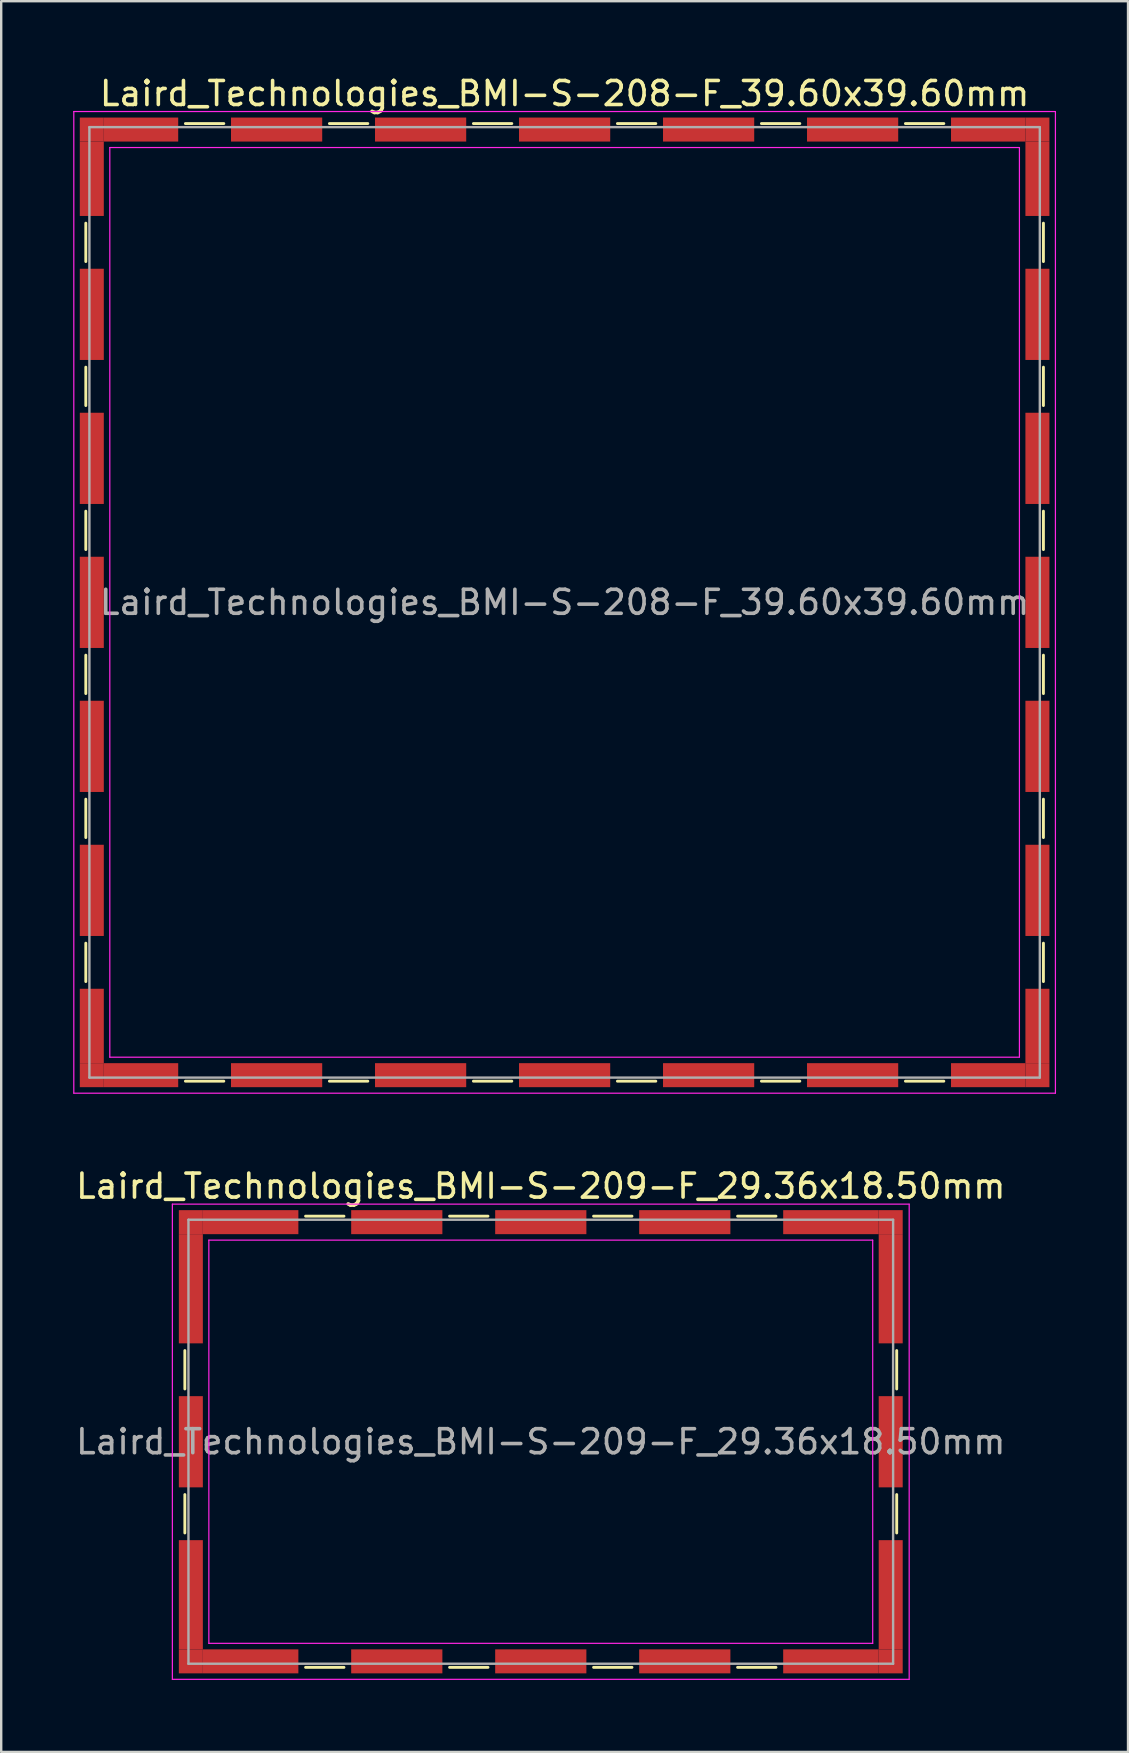
<source format=kicad_pcb>
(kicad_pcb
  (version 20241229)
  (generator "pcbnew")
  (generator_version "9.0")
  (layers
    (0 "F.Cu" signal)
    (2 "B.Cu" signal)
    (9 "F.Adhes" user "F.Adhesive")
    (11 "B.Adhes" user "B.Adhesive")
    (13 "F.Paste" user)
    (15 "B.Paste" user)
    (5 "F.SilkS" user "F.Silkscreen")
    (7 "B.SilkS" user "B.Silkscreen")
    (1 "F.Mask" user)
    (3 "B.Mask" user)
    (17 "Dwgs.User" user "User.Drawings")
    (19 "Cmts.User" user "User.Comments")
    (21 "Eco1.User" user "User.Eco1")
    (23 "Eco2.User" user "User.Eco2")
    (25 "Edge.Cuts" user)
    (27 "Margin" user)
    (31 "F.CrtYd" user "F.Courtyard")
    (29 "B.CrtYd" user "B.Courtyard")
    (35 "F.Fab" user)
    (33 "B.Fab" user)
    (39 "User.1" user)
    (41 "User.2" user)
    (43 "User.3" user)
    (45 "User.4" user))
  (footprint "Laird_Technologies_BMI-S-208-F_39.60x39.60mm"
    (layer "F.Cu")
    (at 20.475 22.048)
    (property "Reference" "Laird_Technologies_BMI-S-208-F_39.60x39.60mm" (at 0 -21.2 0) (layer "F.SilkS") (effects (font (size 1 1) (thickness 0.15))))
    (attr smd)
    (fp_line (start -19.95 -15.8) (end -19.95 -14.2) (stroke (width 0.12) (type solid)) (layer "F.SilkS"))
    (fp_line (start -19.95 -9.8) (end -19.95 -8.2) (stroke (width 0.12) (type solid)) (layer "F.SilkS"))
    (fp_line (start -19.95 -3.8) (end -19.95 -2.2) (stroke (width 0.12) (type solid)) (layer "F.SilkS"))
    (fp_line (start -19.95 2.2) (end -19.95 3.8) (stroke (width 0.12) (type solid)) (layer "F.SilkS"))
    (fp_line (start -19.95 8.2) (end -19.95 9.8) (stroke (width 0.12) (type solid)) (layer "F.SilkS"))
    (fp_line (start -19.95 14.2) (end -19.95 15.8) (stroke (width 0.12) (type solid)) (layer "F.SilkS"))
    (fp_line (start -15.8 -19.95) (end -14.2 -19.95) (stroke (width 0.12) (type solid)) (layer "F.SilkS"))
    (fp_line (start -15.8 19.95) (end -14.2 19.95) (stroke (width 0.12) (type solid)) (layer "F.SilkS"))
    (fp_line (start -9.8 -19.95) (end -8.2 -19.95) (stroke (width 0.12) (type solid)) (layer "F.SilkS"))
    (fp_line (start -9.8 19.95) (end -8.2 19.95) (stroke (width 0.12) (type solid)) (layer "F.SilkS"))
    (fp_line (start -3.8 -19.95) (end -2.2 -19.95) (stroke (width 0.12) (type solid)) (layer "F.SilkS"))
    (fp_line (start -3.8 19.95) (end -2.2 19.95) (stroke (width 0.12) (type solid)) (layer "F.SilkS"))
    (fp_line (start 2.2 -19.95) (end 3.8 -19.95) (stroke (width 0.12) (type solid)) (layer "F.SilkS"))
    (fp_line (start 2.2 19.95) (end 3.8 19.95) (stroke (width 0.12) (type solid)) (layer "F.SilkS"))
    (fp_line (start 8.2 -19.95) (end 9.8 -19.95) (stroke (width 0.12) (type solid)) (layer "F.SilkS"))
    (fp_line (start 8.2 19.95) (end 9.8 19.95) (stroke (width 0.12) (type solid)) (layer "F.SilkS"))
    (fp_line (start 14.2 -19.95) (end 15.8 -19.95) (stroke (width 0.12) (type solid)) (layer "F.SilkS"))
    (fp_line (start 14.2 19.95) (end 15.8 19.95) (stroke (width 0.12) (type solid)) (layer "F.SilkS"))
    (fp_line (start 19.95 -15.8) (end 19.95 -14.2) (stroke (width 0.12) (type solid)) (layer "F.SilkS"))
    (fp_line (start 19.95 -9.8) (end 19.95 -8.2) (stroke (width 0.12) (type solid)) (layer "F.SilkS"))
    (fp_line (start 19.95 -3.8) (end 19.95 -2.2) (stroke (width 0.12) (type solid)) (layer "F.SilkS"))
    (fp_line (start 19.95 2.2) (end 19.95 3.8) (stroke (width 0.12) (type solid)) (layer "F.SilkS"))
    (fp_line (start 19.95 8.2) (end 19.95 9.8) (stroke (width 0.12) (type solid)) (layer "F.SilkS"))
    (fp_line (start 19.95 14.2) (end 19.95 15.8) (stroke (width 0.12) (type solid)) (layer "F.SilkS"))
    (fp_line (start -20.45 -20.45) (end -20.45 20.45) (stroke (width 0.05) (type solid)) (layer "F.CrtYd"))
    (fp_line (start -20.45 20.45) (end 20.45 20.45) (stroke (width 0.05) (type solid)) (layer "F.CrtYd"))
    (fp_line (start -18.95 -18.95) (end -18.95 18.95) (stroke (width 0.05) (type solid)) (layer "F.CrtYd"))
    (fp_line (start 18.95 -18.95) (end -18.95 -18.95) (stroke (width 0.05) (type solid)) (layer "F.CrtYd"))
    (fp_line (start 18.95 -18.95) (end 18.95 18.95) (stroke (width 0.05) (type solid)) (layer "F.CrtYd"))
    (fp_line (start 18.95 18.95) (end -18.95 18.95) (stroke (width 0.05) (type solid)) (layer "F.CrtYd"))
    (fp_line (start 20.45 -20.45) (end -20.45 -20.45) (stroke (width 0.05) (type solid)) (layer "F.CrtYd"))
    (fp_line (start 20.45 20.45) (end 20.45 -20.45) (stroke (width 0.05) (type solid)) (layer "F.CrtYd"))
    (fp_line (start -19.8 -19.8) (end -19.8 19.8) (stroke (width 0.1) (type solid)) (layer "F.Fab"))
    (fp_line (start -19.8 19.8) (end 19.8 19.8) (stroke (width 0.1) (type solid)) (layer "F.Fab"))
    (fp_line (start 19.8 -19.8) (end -19.8 -19.8) (stroke (width 0.1) (type solid)) (layer "F.Fab"))
    (fp_line (start 19.8 19.8) (end 19.8 -19.8) (stroke (width 0.1) (type solid)) (layer "F.Fab"))
    (fp_text user "${REFERENCE}" (at 0 0 0) (layer "F.Fab") (effects (font (size 1 1) (thickness 0.15))))
    (pad "1" smd rect (at -19.7 -19.7) (size 1 1) (layers "F.Cu" "F.Mask" "F.Paste"))
    (pad "1" smd rect (at -19.7 -17.65) (size 1 3.1) (layers "F.Cu" "F.Mask" "F.Paste"))
    (pad "1" smd rect (at -19.7 -12) (size 1 3.8) (layers "F.Cu" "F.Mask" "F.Paste"))
    (pad "1" smd rect (at -19.7 -6) (size 1 3.8) (layers "F.Cu" "F.Mask" "F.Paste"))
    (pad "1" smd rect (at -19.7 0) (size 1 3.8) (layers "F.Cu" "F.Mask" "F.Paste"))
    (pad "1" smd rect (at -19.7 6) (size 1 3.8) (layers "F.Cu" "F.Mask" "F.Paste"))
    (pad "1" smd rect (at -19.7 12) (size 1 3.8) (layers "F.Cu" "F.Mask" "F.Paste"))
    (pad "1" smd rect (at -19.7 17.65) (size 1 3.1) (layers "F.Cu" "F.Mask" "F.Paste"))
    (pad "1" smd rect (at -19.7 19.7) (size 1 1) (layers "F.Cu" "F.Mask" "F.Paste"))
    (pad "1" smd rect (at -17.65 -19.7) (size 3.1 1) (layers "F.Cu" "F.Mask" "F.Paste"))
    (pad "1" smd rect (at -17.65 19.7) (size 3.1 1) (layers "F.Cu" "F.Mask" "F.Paste"))
    (pad "1" smd rect (at -12 -19.7) (size 3.8 1) (layers "F.Cu" "F.Mask" "F.Paste"))
    (pad "1" smd rect (at -12 19.7) (size 3.8 1) (layers "F.Cu" "F.Mask" "F.Paste"))
    (pad "1" smd rect (at -6 -19.7) (size 3.8 1) (layers "F.Cu" "F.Mask" "F.Paste"))
    (pad "1" smd rect (at -6 19.7) (size 3.8 1) (layers "F.Cu" "F.Mask" "F.Paste"))
    (pad "1" smd rect (at 0 -19.7) (size 3.8 1) (layers "F.Cu" "F.Mask" "F.Paste"))
    (pad "1" smd rect (at 0 19.7) (size 3.8 1) (layers "F.Cu" "F.Mask" "F.Paste"))
    (pad "1" smd rect (at 6 -19.7) (size 3.8 1) (layers "F.Cu" "F.Mask" "F.Paste"))
    (pad "1" smd rect (at 6 19.7) (size 3.8 1) (layers "F.Cu" "F.Mask" "F.Paste"))
    (pad "1" smd rect (at 12 -19.7) (size 3.8 1) (layers "F.Cu" "F.Mask" "F.Paste"))
    (pad "1" smd rect (at 12 19.7) (size 3.8 1) (layers "F.Cu" "F.Mask" "F.Paste"))
    (pad "1" smd rect (at 17.65 -19.7) (size 3.1 1) (layers "F.Cu" "F.Mask" "F.Paste"))
    (pad "1" smd rect (at 17.65 19.7) (size 3.1 1) (layers "F.Cu" "F.Mask" "F.Paste"))
    (pad "1" smd rect (at 19.7 -19.7) (size 1 1) (layers "F.Cu" "F.Mask" "F.Paste"))
    (pad "1" smd rect (at 19.7 -17.65) (size 1 3.1) (layers "F.Cu" "F.Mask" "F.Paste"))
    (pad "1" smd rect (at 19.7 -12) (size 1 3.8) (layers "F.Cu" "F.Mask" "F.Paste"))
    (pad "1" smd rect (at 19.7 -6) (size 1 3.8) (layers "F.Cu" "F.Mask" "F.Paste"))
    (pad "1" smd rect (at 19.7 0) (size 1 3.8) (layers "F.Cu" "F.Mask" "F.Paste"))
    (pad "1" smd rect (at 19.7 6) (size 1 3.8) (layers "F.Cu" "F.Mask" "F.Paste"))
    (pad "1" smd rect (at 19.7 12) (size 1 3.8) (layers "F.Cu" "F.Mask" "F.Paste"))
    (pad "1" smd rect (at 19.7 17.65) (size 1 3.1) (layers "F.Cu" "F.Mask" "F.Paste"))
    (pad "1" smd rect (at 19.7 19.7) (size 1 1) (layers "F.Cu" "F.Mask" "F.Paste")))
  (footprint "Laird_Technologies_BMI-S-209-F_29.36x18.50mm"
    (layer "F.Cu")
    (at 19.482 57.022)
    (property "Reference" "Laird_Technologies_BMI-S-209-F_29.36x18.50mm" (at 0 -10.65 0) (layer "F.SilkS") (effects (font (size 1 1) (thickness 0.15))))
    (attr smd)
    (fp_line (start -14.83 -3.8) (end -14.83 -2.2) (stroke (width 0.12) (type solid)) (layer "F.SilkS"))
    (fp_line (start -14.83 2.2) (end -14.83 3.8) (stroke (width 0.12) (type solid)) (layer "F.SilkS"))
    (fp_line (start -9.8 -9.4) (end -8.2 -9.4) (stroke (width 0.12) (type solid)) (layer "F.SilkS"))
    (fp_line (start -9.8 9.4) (end -8.2 9.4) (stroke (width 0.12) (type solid)) (layer "F.SilkS"))
    (fp_line (start -3.8 -9.4) (end -2.2 -9.4) (stroke (width 0.12) (type solid)) (layer "F.SilkS"))
    (fp_line (start -3.8 9.4) (end -2.2 9.4) (stroke (width 0.12) (type solid)) (layer "F.SilkS"))
    (fp_line (start 2.2 -9.4) (end 3.8 -9.4) (stroke (width 0.12) (type solid)) (layer "F.SilkS"))
    (fp_line (start 2.2 9.4) (end 3.8 9.4) (stroke (width 0.12) (type solid)) (layer "F.SilkS"))
    (fp_line (start 8.2 -9.4) (end 9.8 -9.4) (stroke (width 0.12) (type solid)) (layer "F.SilkS"))
    (fp_line (start 8.2 9.4) (end 9.8 9.4) (stroke (width 0.12) (type solid)) (layer "F.SilkS"))
    (fp_line (start 14.83 -3.8) (end 14.83 -2.2) (stroke (width 0.12) (type solid)) (layer "F.SilkS"))
    (fp_line (start 14.83 2.2) (end 14.83 3.8) (stroke (width 0.12) (type solid)) (layer "F.SilkS"))
    (fp_line (start -15.35 -9.9) (end -15.35 9.9) (stroke (width 0.05) (type solid)) (layer "F.CrtYd"))
    (fp_line (start -15.35 9.9) (end 15.35 9.9) (stroke (width 0.05) (type solid)) (layer "F.CrtYd"))
    (fp_line (start -13.83 -8.4) (end -13.83 8.4) (stroke (width 0.05) (type solid)) (layer "F.CrtYd"))
    (fp_line (start 13.83 -8.4) (end -13.83 -8.4) (stroke (width 0.05) (type solid)) (layer "F.CrtYd"))
    (fp_line (start 13.83 -8.4) (end 13.83 8.4) (stroke (width 0.05) (type solid)) (layer "F.CrtYd"))
    (fp_line (start 13.83 8.4) (end -13.83 8.4) (stroke (width 0.05) (type solid)) (layer "F.CrtYd"))
    (fp_line (start 15.35 -9.9) (end -15.35 -9.9) (stroke (width 0.05) (type solid)) (layer "F.CrtYd"))
    (fp_line (start 15.35 9.9) (end 15.35 -9.9) (stroke (width 0.05) (type solid)) (layer "F.CrtYd"))
    (fp_line (start -14.68 -9.25) (end -14.68 9.25) (stroke (width 0.1) (type solid)) (layer "F.Fab"))
    (fp_line (start -14.68 9.25) (end 14.68 9.25) (stroke (width 0.1) (type solid)) (layer "F.Fab"))
    (fp_line (start 14.68 -9.25) (end -14.68 -9.25) (stroke (width 0.1) (type solid)) (layer "F.Fab"))
    (fp_line (start 14.68 9.25) (end 14.68 -9.25) (stroke (width 0.1) (type solid)) (layer "F.Fab"))
    (fp_text user "${REFERENCE}" (at 0 0 0) (layer "F.Fab") (effects (font (size 1 1) (thickness 0.15))))
    (pad "1" smd rect (at -14.58 -9.15) (size 1 1) (layers "F.Cu" "F.Mask" "F.Paste"))
    (pad "1" smd rect (at -14.58 -6.375) (size 1 4.55) (layers "F.Cu" "F.Mask" "F.Paste"))
    (pad "1" smd rect (at -14.58 0) (size 1 3.8) (layers "F.Cu" "F.Mask" "F.Paste"))
    (pad "1" smd rect (at -14.58 6.375) (size 1 4.55) (layers "F.Cu" "F.Mask" "F.Paste"))
    (pad "1" smd rect (at -14.58 9.15) (size 1 1) (layers "F.Cu" "F.Mask" "F.Paste"))
    (pad "1" smd rect (at -12.09 -9.15) (size 3.98 1) (layers "F.Cu" "F.Mask" "F.Paste"))
    (pad "1" smd rect (at -12.09 9.15) (size 3.98 1) (layers "F.Cu" "F.Mask" "F.Paste"))
    (pad "1" smd rect (at -6 -9.15) (size 3.8 1) (layers "F.Cu" "F.Mask" "F.Paste"))
    (pad "1" smd rect (at -6 9.15) (size 3.8 1) (layers "F.Cu" "F.Mask" "F.Paste"))
    (pad "1" smd rect (at 0 -9.15) (size 3.8 1) (layers "F.Cu" "F.Mask" "F.Paste"))
    (pad "1" smd rect (at 0 9.15) (size 3.8 1) (layers "F.Cu" "F.Mask" "F.Paste"))
    (pad "1" smd rect (at 6 -9.15) (size 3.8 1) (layers "F.Cu" "F.Mask" "F.Paste"))
    (pad "1" smd rect (at 6 9.15) (size 3.8 1) (layers "F.Cu" "F.Mask" "F.Paste"))
    (pad "1" smd rect (at 12.09 -9.15) (size 3.98 1) (layers "F.Cu" "F.Mask" "F.Paste"))
    (pad "1" smd rect (at 12.09 9.15) (size 3.98 1) (layers "F.Cu" "F.Mask" "F.Paste"))
    (pad "1" smd rect (at 14.58 -9.15) (size 1 1) (layers "F.Cu" "F.Mask" "F.Paste"))
    (pad "1" smd rect (at 14.58 -6.375) (size 1 4.55) (layers "F.Cu" "F.Mask" "F.Paste"))
    (pad "1" smd rect (at 14.58 0) (size 1 3.8) (layers "F.Cu" "F.Mask" "F.Paste"))
    (pad "1" smd rect (at 14.58 6.375) (size 1 4.55) (layers "F.Cu" "F.Mask" "F.Paste"))
    (pad "1" smd rect (at 14.58 9.15) (size 1 1) (layers "F.Cu" "F.Mask" "F.Paste")))
  (gr_rect
    (start -3 -3)
    (end 43.95 69.947)
    (stroke (width 0.1) (type default))
    (fill no)
    (layer "Edge.Cuts")))
</source>
